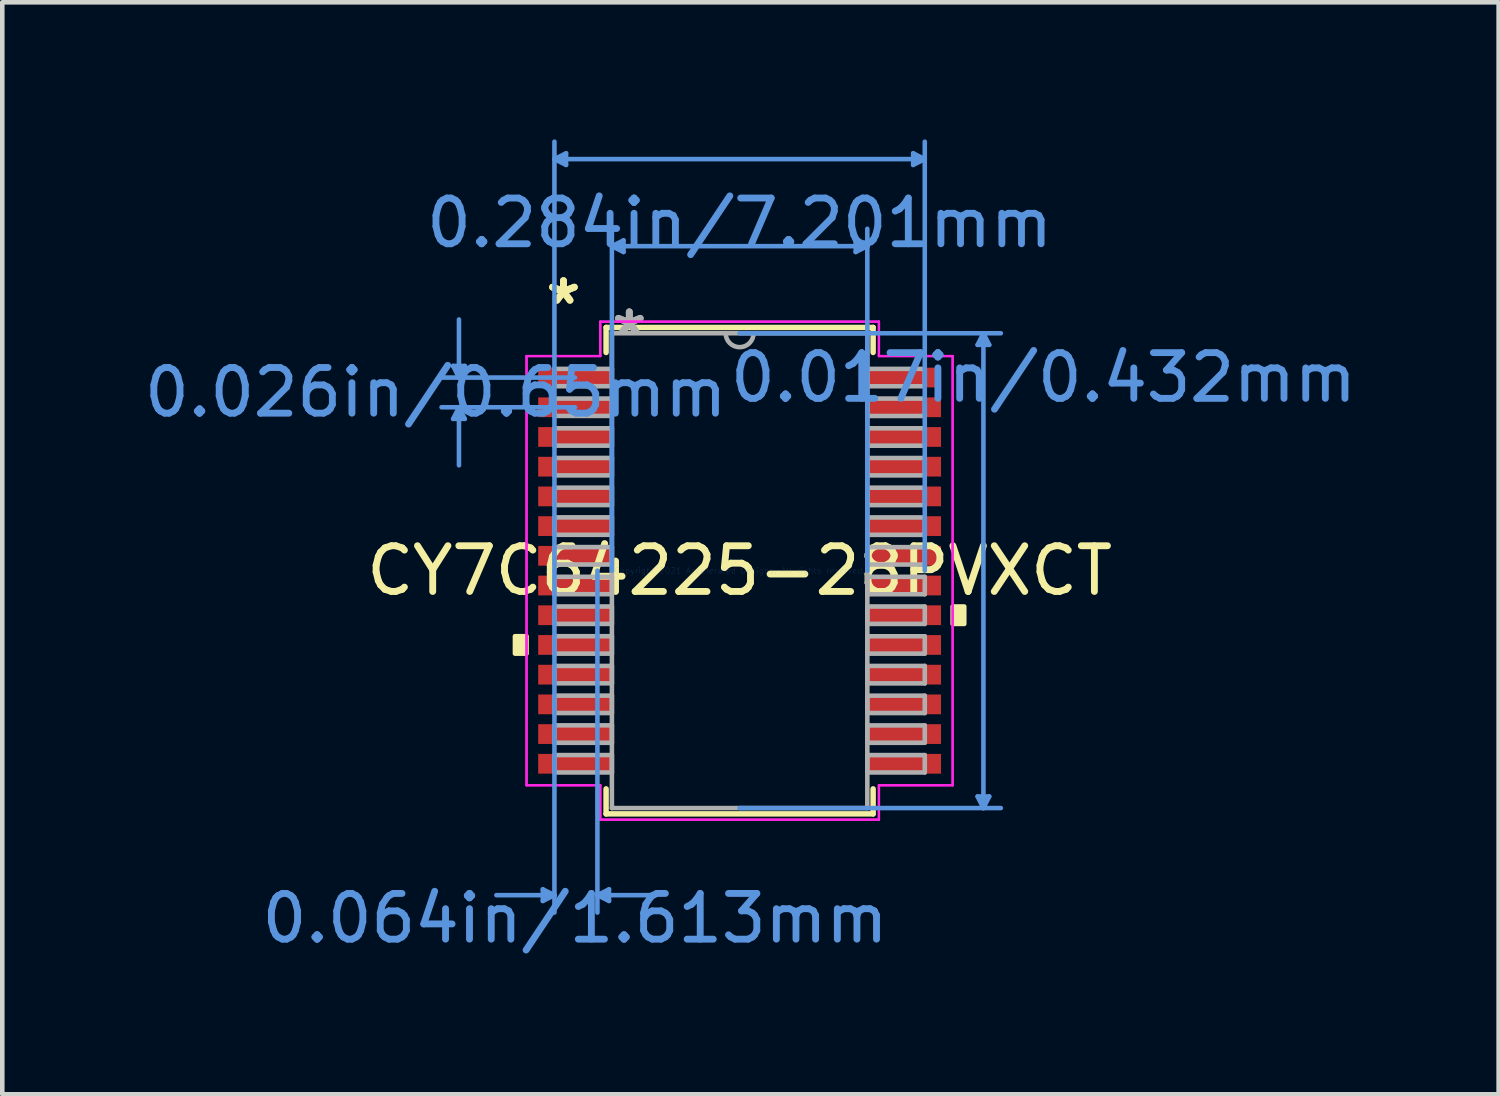
<source format=kicad_pcb>
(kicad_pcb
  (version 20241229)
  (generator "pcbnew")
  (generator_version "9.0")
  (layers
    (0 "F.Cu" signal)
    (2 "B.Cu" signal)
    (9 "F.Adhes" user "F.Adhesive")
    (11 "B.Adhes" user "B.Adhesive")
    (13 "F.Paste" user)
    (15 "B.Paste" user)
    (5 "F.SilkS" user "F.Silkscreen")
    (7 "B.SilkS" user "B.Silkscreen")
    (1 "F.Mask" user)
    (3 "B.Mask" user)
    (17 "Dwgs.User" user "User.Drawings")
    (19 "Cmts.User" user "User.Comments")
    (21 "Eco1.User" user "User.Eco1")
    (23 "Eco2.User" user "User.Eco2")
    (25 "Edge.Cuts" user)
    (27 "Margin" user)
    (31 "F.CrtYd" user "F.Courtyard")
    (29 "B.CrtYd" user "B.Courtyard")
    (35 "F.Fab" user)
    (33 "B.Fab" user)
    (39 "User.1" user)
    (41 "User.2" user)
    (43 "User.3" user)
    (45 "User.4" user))
  (footprint "CY7C64225-28PVXCT"
    (layer "F.Cu")
    (at 13.131 9.435)
    (property "Reference" "CY7C64225-28PVXCT" (at 0 0 0) (layer "F.SilkS") (effects (font (size 1 1) (thickness 0.15))))
    (attr through_hole)
    (fp_line (start -2.921 -5.321) (end -2.921 -4.774) (stroke (width 0.12) (type solid)) (layer "F.SilkS"))
    (fp_line (start -2.921 4.774) (end -2.921 5.321) (stroke (width 0.12) (type solid)) (layer "F.SilkS"))
    (fp_line (start -2.921 5.321) (end 2.921 5.321) (stroke (width 0.12) (type solid)) (layer "F.SilkS"))
    (fp_line (start 2.921 -5.321) (end -2.921 -5.321) (stroke (width 0.12) (type solid)) (layer "F.SilkS"))
    (fp_line (start 2.921 -4.774) (end 2.921 -5.321) (stroke (width 0.12) (type solid)) (layer "F.SilkS"))
    (fp_line (start 2.921 5.321) (end 2.921 4.774) (stroke (width 0.12) (type solid)) (layer "F.SilkS"))
    (fp_poly (pts (xy -4.915 1.434) (xy -4.915 1.815) (xy -4.661 1.815) (xy -4.661 1.434)) (stroke (width 0.1) (type solid)) (fill yes) (layer "F.SilkS"))
    (fp_poly (pts (xy 4.915 0.784) (xy 4.915 1.165) (xy 4.661 1.165) (xy 4.661 0.784)) (stroke (width 0.1) (type solid)) (fill yes) (layer "F.SilkS"))
    (fp_line (start -6.267 -4.479) (end -6.013 -4.479) (stroke (width 0.1) (type solid)) (layer "Cmts.User"))
    (fp_line (start -6.267 -3.321) (end -6.013 -3.321) (stroke (width 0.1) (type solid)) (layer "Cmts.User"))
    (fp_line (start -6.14 -4.225) (end -6.267 -4.479) (stroke (width 0.1) (type solid)) (layer "Cmts.User"))
    (fp_line (start -6.14 -4.225) (end -6.14 -5.495) (stroke (width 0.1) (type solid)) (layer "Cmts.User"))
    (fp_line (start -6.14 -4.225) (end -6.013 -4.479) (stroke (width 0.1) (type solid)) (layer "Cmts.User"))
    (fp_line (start -6.14 -3.575) (end -6.267 -3.321) (stroke (width 0.1) (type solid)) (layer "Cmts.User"))
    (fp_line (start -6.14 -3.575) (end -6.14 -2.305) (stroke (width 0.1) (type solid)) (layer "Cmts.User"))
    (fp_line (start -6.14 -3.575) (end -6.013 -3.321) (stroke (width 0.1) (type solid)) (layer "Cmts.User"))
    (fp_line (start -4.305 6.972) (end -4.305 7.226) (stroke (width 0.1) (type solid)) (layer "Cmts.User"))
    (fp_line (start -4.051 -9.004) (end -3.797 -9.131) (stroke (width 0.1) (type solid)) (layer "Cmts.User"))
    (fp_line (start -4.051 -9.004) (end -3.797 -8.877) (stroke (width 0.1) (type solid)) (layer "Cmts.User"))
    (fp_line (start -4.051 -9.004) (end 4.051 -9.004) (stroke (width 0.1) (type solid)) (layer "Cmts.User"))
    (fp_line (start -4.051 0) (end -4.051 -9.385) (stroke (width 0.1) (type solid)) (layer "Cmts.User"))
    (fp_line (start -4.051 0) (end -4.051 7.48) (stroke (width 0.1) (type solid)) (layer "Cmts.User"))
    (fp_line (start -4.051 7.099) (end -5.321 7.099) (stroke (width 0.1) (type solid)) (layer "Cmts.User"))
    (fp_line (start -4.051 7.099) (end -4.305 6.972) (stroke (width 0.1) (type solid)) (layer "Cmts.User"))
    (fp_line (start -4.051 7.099) (end -4.305 7.226) (stroke (width 0.1) (type solid)) (layer "Cmts.User"))
    (fp_line (start -3.797 -9.131) (end -3.797 -8.877) (stroke (width 0.1) (type solid)) (layer "Cmts.User"))
    (fp_line (start -3.6 -4.225) (end -6.521 -4.225) (stroke (width 0.1) (type solid)) (layer "Cmts.User"))
    (fp_line (start -3.6 -3.575) (end -6.521 -3.575) (stroke (width 0.1) (type solid)) (layer "Cmts.User"))
    (fp_line (start -3.111 0) (end -3.111 7.48) (stroke (width 0.1) (type solid)) (layer "Cmts.User"))
    (fp_line (start -3.111 7.099) (end -2.857 6.972) (stroke (width 0.1) (type solid)) (layer "Cmts.User"))
    (fp_line (start -3.111 7.099) (end -2.857 7.226) (stroke (width 0.1) (type solid)) (layer "Cmts.User"))
    (fp_line (start -3.111 7.099) (end -1.841 7.099) (stroke (width 0.1) (type solid)) (layer "Cmts.User"))
    (fp_line (start -2.857 6.972) (end -2.857 7.226) (stroke (width 0.1) (type solid)) (layer "Cmts.User"))
    (fp_line (start -2.794 -7.099) (end -2.54 -7.226) (stroke (width 0.1) (type solid)) (layer "Cmts.User"))
    (fp_line (start -2.794 -7.099) (end -2.54 -6.972) (stroke (width 0.1) (type solid)) (layer "Cmts.User"))
    (fp_line (start -2.794 -7.099) (end 2.794 -7.099) (stroke (width 0.1) (type solid)) (layer "Cmts.User"))
    (fp_line (start -2.794 0) (end -2.794 -7.48) (stroke (width 0.1) (type solid)) (layer "Cmts.User"))
    (fp_line (start -2.54 -7.226) (end -2.54 -6.972) (stroke (width 0.1) (type solid)) (layer "Cmts.User"))
    (fp_line (start 0 -5.194) (end 5.715 -5.194) (stroke (width 0.1) (type solid)) (layer "Cmts.User"))
    (fp_line (start 0 5.194) (end 5.715 5.194) (stroke (width 0.1) (type solid)) (layer "Cmts.User"))
    (fp_line (start 2.54 -7.226) (end 2.54 -6.972) (stroke (width 0.1) (type solid)) (layer "Cmts.User"))
    (fp_line (start 2.794 -7.099) (end 2.54 -7.226) (stroke (width 0.1) (type solid)) (layer "Cmts.User"))
    (fp_line (start 2.794 -7.099) (end 2.54 -6.972) (stroke (width 0.1) (type solid)) (layer "Cmts.User"))
    (fp_line (start 2.794 0) (end 2.794 -7.48) (stroke (width 0.1) (type solid)) (layer "Cmts.User"))
    (fp_line (start 3.797 -9.131) (end 3.797 -8.877) (stroke (width 0.1) (type solid)) (layer "Cmts.User"))
    (fp_line (start 4.051 -9.004) (end 3.797 -9.131) (stroke (width 0.1) (type solid)) (layer "Cmts.User"))
    (fp_line (start 4.051 -9.004) (end 3.797 -8.877) (stroke (width 0.1) (type solid)) (layer "Cmts.User"))
    (fp_line (start 4.051 0) (end 4.051 -9.385) (stroke (width 0.1) (type solid)) (layer "Cmts.User"))
    (fp_line (start 5.207 -4.94) (end 5.461 -4.94) (stroke (width 0.1) (type solid)) (layer "Cmts.User"))
    (fp_line (start 5.207 4.94) (end 5.461 4.94) (stroke (width 0.1) (type solid)) (layer "Cmts.User"))
    (fp_line (start 5.334 -5.194) (end 5.207 -4.94) (stroke (width 0.1) (type solid)) (layer "Cmts.User"))
    (fp_line (start 5.334 -5.194) (end 5.334 5.194) (stroke (width 0.1) (type solid)) (layer "Cmts.User"))
    (fp_line (start 5.334 -5.194) (end 5.461 -4.94) (stroke (width 0.1) (type solid)) (layer "Cmts.User"))
    (fp_line (start 5.334 5.194) (end 5.207 4.94) (stroke (width 0.1) (type solid)) (layer "Cmts.User"))
    (fp_line (start 5.334 5.194) (end 5.461 4.94) (stroke (width 0.1) (type solid)) (layer "Cmts.User"))
    (fp_line (start -4.661 -4.695) (end -3.048 -4.695) (stroke (width 0.05) (type solid)) (layer "F.CrtYd"))
    (fp_line (start -4.661 -4.695) (end -3.048 -4.695) (stroke (width 0.05) (type solid)) (layer "F.CrtYd"))
    (fp_line (start -4.661 4.695) (end -4.661 -4.695) (stroke (width 0.05) (type solid)) (layer "F.CrtYd"))
    (fp_line (start -4.661 4.695) (end -4.661 -4.695) (stroke (width 0.05) (type solid)) (layer "F.CrtYd"))
    (fp_line (start -4.661 4.695) (end -3.048 4.695) (stroke (width 0.05) (type solid)) (layer "F.CrtYd"))
    (fp_line (start -3.048 -5.448) (end 3.048 -5.448) (stroke (width 0.05) (type solid)) (layer "F.CrtYd"))
    (fp_line (start -3.048 -5.448) (end 3.048 -5.448) (stroke (width 0.05) (type solid)) (layer "F.CrtYd"))
    (fp_line (start -3.048 -4.695) (end -3.048 -5.448) (stroke (width 0.05) (type solid)) (layer "F.CrtYd"))
    (fp_line (start -3.048 -4.695) (end -3.048 -5.448) (stroke (width 0.05) (type solid)) (layer "F.CrtYd"))
    (fp_line (start -3.048 4.695) (end -4.661 4.695) (stroke (width 0.05) (type solid)) (layer "F.CrtYd"))
    (fp_line (start -3.048 5.448) (end -3.048 4.695) (stroke (width 0.05) (type solid)) (layer "F.CrtYd"))
    (fp_line (start -3.048 5.448) (end -3.048 4.695) (stroke (width 0.05) (type solid)) (layer "F.CrtYd"))
    (fp_line (start 3.048 -5.448) (end 3.048 -4.695) (stroke (width 0.05) (type solid)) (layer "F.CrtYd"))
    (fp_line (start 3.048 -5.448) (end 3.048 -4.695) (stroke (width 0.05) (type solid)) (layer "F.CrtYd"))
    (fp_line (start 3.048 -4.695) (end 4.661 -4.695) (stroke (width 0.05) (type solid)) (layer "F.CrtYd"))
    (fp_line (start 3.048 4.695) (end 3.048 5.448) (stroke (width 0.05) (type solid)) (layer "F.CrtYd"))
    (fp_line (start 3.048 4.695) (end 3.048 5.448) (stroke (width 0.05) (type solid)) (layer "F.CrtYd"))
    (fp_line (start 3.048 5.448) (end -3.048 5.448) (stroke (width 0.05) (type solid)) (layer "F.CrtYd"))
    (fp_line (start 3.048 5.448) (end -3.048 5.448) (stroke (width 0.05) (type solid)) (layer "F.CrtYd"))
    (fp_line (start 4.661 -4.695) (end 3.048 -4.695) (stroke (width 0.05) (type solid)) (layer "F.CrtYd"))
    (fp_line (start 4.661 -4.695) (end 4.661 4.695) (stroke (width 0.05) (type solid)) (layer "F.CrtYd"))
    (fp_line (start 4.661 -4.695) (end 4.661 4.695) (stroke (width 0.05) (type solid)) (layer "F.CrtYd"))
    (fp_line (start 4.661 4.695) (end 3.048 4.695) (stroke (width 0.05) (type solid)) (layer "F.CrtYd"))
    (fp_line (start 4.661 4.695) (end 3.048 4.695) (stroke (width 0.05) (type solid)) (layer "F.CrtYd"))
    (fp_line (start -4.051 -4.415) (end -4.051 -4.035) (stroke (width 0.1) (type solid)) (layer "F.Fab"))
    (fp_line (start -4.051 -4.035) (end -2.794 -4.035) (stroke (width 0.1) (type solid)) (layer "F.Fab"))
    (fp_line (start -4.051 -3.765) (end -4.051 -3.385) (stroke (width 0.1) (type solid)) (layer "F.Fab"))
    (fp_line (start -4.051 -3.385) (end -2.794 -3.385) (stroke (width 0.1) (type solid)) (layer "F.Fab"))
    (fp_line (start -4.051 -3.115) (end -4.051 -2.735) (stroke (width 0.1) (type solid)) (layer "F.Fab"))
    (fp_line (start -4.051 -2.735) (end -2.794 -2.735) (stroke (width 0.1) (type solid)) (layer "F.Fab"))
    (fp_line (start -4.051 -2.466) (end -4.051 -2.084) (stroke (width 0.1) (type solid)) (layer "F.Fab"))
    (fp_line (start -4.051 -2.084) (end -2.794 -2.084) (stroke (width 0.1) (type solid)) (layer "F.Fab"))
    (fp_line (start -4.051 -1.816) (end -4.051 -1.435) (stroke (width 0.1) (type solid)) (layer "F.Fab"))
    (fp_line (start -4.051 -1.435) (end -2.794 -1.435) (stroke (width 0.1) (type solid)) (layer "F.Fab"))
    (fp_line (start -4.051 -1.166) (end -4.051 -0.785) (stroke (width 0.1) (type solid)) (layer "F.Fab"))
    (fp_line (start -4.051 -0.785) (end -2.794 -0.785) (stroke (width 0.1) (type solid)) (layer "F.Fab"))
    (fp_line (start -4.051 -0.516) (end -4.051 -0.135) (stroke (width 0.1) (type solid)) (layer "F.Fab"))
    (fp_line (start -4.051 -0.135) (end -2.794 -0.135) (stroke (width 0.1) (type solid)) (layer "F.Fab"))
    (fp_line (start -4.051 0.134) (end -4.051 0.515) (stroke (width 0.1) (type solid)) (layer "F.Fab"))
    (fp_line (start -4.051 0.515) (end -2.794 0.515) (stroke (width 0.1) (type solid)) (layer "F.Fab"))
    (fp_line (start -4.051 0.784) (end -4.051 1.165) (stroke (width 0.1) (type solid)) (layer "F.Fab"))
    (fp_line (start -4.051 1.165) (end -2.794 1.165) (stroke (width 0.1) (type solid)) (layer "F.Fab"))
    (fp_line (start -4.051 1.434) (end -4.051 1.815) (stroke (width 0.1) (type solid)) (layer "F.Fab"))
    (fp_line (start -4.051 1.815) (end -2.794 1.815) (stroke (width 0.1) (type solid)) (layer "F.Fab"))
    (fp_line (start -4.051 2.084) (end -4.051 2.465) (stroke (width 0.1) (type solid)) (layer "F.Fab"))
    (fp_line (start -4.051 2.465) (end -2.794 2.465) (stroke (width 0.1) (type solid)) (layer "F.Fab"))
    (fp_line (start -4.051 2.734) (end -4.051 3.115) (stroke (width 0.1) (type solid)) (layer "F.Fab"))
    (fp_line (start -4.051 3.115) (end -2.794 3.115) (stroke (width 0.1) (type solid)) (layer "F.Fab"))
    (fp_line (start -4.051 3.384) (end -4.051 3.765) (stroke (width 0.1) (type solid)) (layer "F.Fab"))
    (fp_line (start -4.051 3.765) (end -2.794 3.765) (stroke (width 0.1) (type solid)) (layer "F.Fab"))
    (fp_line (start -4.051 4.034) (end -4.051 4.415) (stroke (width 0.1) (type solid)) (layer "F.Fab"))
    (fp_line (start -4.051 4.415) (end -2.794 4.415) (stroke (width 0.1) (type solid)) (layer "F.Fab"))
    (fp_line (start -2.794 -5.194) (end -2.794 5.194) (stroke (width 0.1) (type solid)) (layer "F.Fab"))
    (fp_line (start -2.794 -4.415) (end -4.051 -4.415) (stroke (width 0.1) (type solid)) (layer "F.Fab"))
    (fp_line (start -2.794 -4.035) (end -2.794 -4.415) (stroke (width 0.1) (type solid)) (layer "F.Fab"))
    (fp_line (start -2.794 -3.765) (end -4.051 -3.765) (stroke (width 0.1) (type solid)) (layer "F.Fab"))
    (fp_line (start -2.794 -3.385) (end -2.794 -3.765) (stroke (width 0.1) (type solid)) (layer "F.Fab"))
    (fp_line (start -2.794 -3.115) (end -4.051 -3.115) (stroke (width 0.1) (type solid)) (layer "F.Fab"))
    (fp_line (start -2.794 -2.735) (end -2.794 -3.115) (stroke (width 0.1) (type solid)) (layer "F.Fab"))
    (fp_line (start -2.794 -2.466) (end -4.051 -2.466) (stroke (width 0.1) (type solid)) (layer "F.Fab"))
    (fp_line (start -2.794 -2.084) (end -2.794 -2.466) (stroke (width 0.1) (type solid)) (layer "F.Fab"))
    (fp_line (start -2.794 -1.816) (end -4.051 -1.816) (stroke (width 0.1) (type solid)) (layer "F.Fab"))
    (fp_line (start -2.794 -1.435) (end -2.794 -1.816) (stroke (width 0.1) (type solid)) (layer "F.Fab"))
    (fp_line (start -2.794 -1.166) (end -4.051 -1.166) (stroke (width 0.1) (type solid)) (layer "F.Fab"))
    (fp_line (start -2.794 -0.785) (end -2.794 -1.166) (stroke (width 0.1) (type solid)) (layer "F.Fab"))
    (fp_line (start -2.794 -0.516) (end -4.051 -0.516) (stroke (width 0.1) (type solid)) (layer "F.Fab"))
    (fp_line (start -2.794 -0.135) (end -2.794 -0.516) (stroke (width 0.1) (type solid)) (layer "F.Fab"))
    (fp_line (start -2.794 0.134) (end -4.051 0.134) (stroke (width 0.1) (type solid)) (layer "F.Fab"))
    (fp_line (start -2.794 0.515) (end -2.794 0.134) (stroke (width 0.1) (type solid)) (layer "F.Fab"))
    (fp_line (start -2.794 0.784) (end -4.051 0.784) (stroke (width 0.1) (type solid)) (layer "F.Fab"))
    (fp_line (start -2.794 1.165) (end -2.794 0.784) (stroke (width 0.1) (type solid)) (layer "F.Fab"))
    (fp_line (start -2.794 1.434) (end -4.051 1.434) (stroke (width 0.1) (type solid)) (layer "F.Fab"))
    (fp_line (start -2.794 1.815) (end -2.794 1.434) (stroke (width 0.1) (type solid)) (layer "F.Fab"))
    (fp_line (start -2.794 2.084) (end -4.051 2.084) (stroke (width 0.1) (type solid)) (layer "F.Fab"))
    (fp_line (start -2.794 2.465) (end -2.794 2.084) (stroke (width 0.1) (type solid)) (layer "F.Fab"))
    (fp_line (start -2.794 2.734) (end -4.051 2.734) (stroke (width 0.1) (type solid)) (layer "F.Fab"))
    (fp_line (start -2.794 3.115) (end -2.794 2.734) (stroke (width 0.1) (type solid)) (layer "F.Fab"))
    (fp_line (start -2.794 3.384) (end -4.051 3.384) (stroke (width 0.1) (type solid)) (layer "F.Fab"))
    (fp_line (start -2.794 3.765) (end -2.794 3.384) (stroke (width 0.1) (type solid)) (layer "F.Fab"))
    (fp_line (start -2.794 4.034) (end -4.051 4.034) (stroke (width 0.1) (type solid)) (layer "F.Fab"))
    (fp_line (start -2.794 4.415) (end -2.794 4.034) (stroke (width 0.1) (type solid)) (layer "F.Fab"))
    (fp_line (start -2.794 5.194) (end 2.794 5.194) (stroke (width 0.1) (type solid)) (layer "F.Fab"))
    (fp_line (start 2.794 -5.194) (end -2.794 -5.194) (stroke (width 0.1) (type solid)) (layer "F.Fab"))
    (fp_line (start 2.794 -4.415) (end 2.794 -4.034) (stroke (width 0.1) (type solid)) (layer "F.Fab"))
    (fp_line (start 2.794 -4.034) (end 4.051 -4.034) (stroke (width 0.1) (type solid)) (layer "F.Fab"))
    (fp_line (start 2.794 -3.765) (end 2.794 -3.384) (stroke (width 0.1) (type solid)) (layer "F.Fab"))
    (fp_line (start 2.794 -3.384) (end 4.051 -3.384) (stroke (width 0.1) (type solid)) (layer "F.Fab"))
    (fp_line (start 2.794 -3.115) (end 2.794 -2.734) (stroke (width 0.1) (type solid)) (layer "F.Fab"))
    (fp_line (start 2.794 -2.734) (end 4.051 -2.734) (stroke (width 0.1) (type solid)) (layer "F.Fab"))
    (fp_line (start 2.794 -2.465) (end 2.794 -2.084) (stroke (width 0.1) (type solid)) (layer "F.Fab"))
    (fp_line (start 2.794 -2.084) (end 4.051 -2.084) (stroke (width 0.1) (type solid)) (layer "F.Fab"))
    (fp_line (start 2.794 -1.815) (end 2.794 -1.434) (stroke (width 0.1) (type solid)) (layer "F.Fab"))
    (fp_line (start 2.794 -1.434) (end 4.051 -1.434) (stroke (width 0.1) (type solid)) (layer "F.Fab"))
    (fp_line (start 2.794 -1.165) (end 2.794 -0.784) (stroke (width 0.1) (type solid)) (layer "F.Fab"))
    (fp_line (start 2.794 -0.784) (end 4.051 -0.784) (stroke (width 0.1) (type solid)) (layer "F.Fab"))
    (fp_line (start 2.794 -0.515) (end 2.794 -0.134) (stroke (width 0.1) (type solid)) (layer "F.Fab"))
    (fp_line (start 2.794 -0.134) (end 4.051 -0.134) (stroke (width 0.1) (type solid)) (layer "F.Fab"))
    (fp_line (start 2.794 0.135) (end 2.794 0.516) (stroke (width 0.1) (type solid)) (layer "F.Fab"))
    (fp_line (start 2.794 0.516) (end 4.051 0.516) (stroke (width 0.1) (type solid)) (layer "F.Fab"))
    (fp_line (start 2.794 0.784) (end 2.794 1.165) (stroke (width 0.1) (type solid)) (layer "F.Fab"))
    (fp_line (start 2.794 1.165) (end 4.051 1.165) (stroke (width 0.1) (type solid)) (layer "F.Fab"))
    (fp_line (start 2.794 1.435) (end 2.794 1.815) (stroke (width 0.1) (type solid)) (layer "F.Fab"))
    (fp_line (start 2.794 1.815) (end 4.051 1.815) (stroke (width 0.1) (type solid)) (layer "F.Fab"))
    (fp_line (start 2.794 2.084) (end 2.794 2.466) (stroke (width 0.1) (type solid)) (layer "F.Fab"))
    (fp_line (start 2.794 2.466) (end 4.051 2.466) (stroke (width 0.1) (type solid)) (layer "F.Fab"))
    (fp_line (start 2.794 2.735) (end 2.794 3.115) (stroke (width 0.1) (type solid)) (layer "F.Fab"))
    (fp_line (start 2.794 3.115) (end 4.051 3.115) (stroke (width 0.1) (type solid)) (layer "F.Fab"))
    (fp_line (start 2.794 3.385) (end 2.794 3.765) (stroke (width 0.1) (type solid)) (layer "F.Fab"))
    (fp_line (start 2.794 3.765) (end 4.051 3.765) (stroke (width 0.1) (type solid)) (layer "F.Fab"))
    (fp_line (start 2.794 4.035) (end 2.794 4.415) (stroke (width 0.1) (type solid)) (layer "F.Fab"))
    (fp_line (start 2.794 4.415) (end 4.051 4.415) (stroke (width 0.1) (type solid)) (layer "F.Fab"))
    (fp_line (start 2.794 5.194) (end 2.794 -5.194) (stroke (width 0.1) (type solid)) (layer "F.Fab"))
    (fp_line (start 4.051 -4.415) (end 2.794 -4.415) (stroke (width 0.1) (type solid)) (layer "F.Fab"))
    (fp_line (start 4.051 -4.034) (end 4.051 -4.415) (stroke (width 0.1) (type solid)) (layer "F.Fab"))
    (fp_line (start 4.051 -3.765) (end 2.794 -3.765) (stroke (width 0.1) (type solid)) (layer "F.Fab"))
    (fp_line (start 4.051 -3.384) (end 4.051 -3.765) (stroke (width 0.1) (type solid)) (layer "F.Fab"))
    (fp_line (start 4.051 -3.115) (end 2.794 -3.115) (stroke (width 0.1) (type solid)) (layer "F.Fab"))
    (fp_line (start 4.051 -2.734) (end 4.051 -3.115) (stroke (width 0.1) (type solid)) (layer "F.Fab"))
    (fp_line (start 4.051 -2.465) (end 2.794 -2.465) (stroke (width 0.1) (type solid)) (layer "F.Fab"))
    (fp_line (start 4.051 -2.084) (end 4.051 -2.465) (stroke (width 0.1) (type solid)) (layer "F.Fab"))
    (fp_line (start 4.051 -1.815) (end 2.794 -1.815) (stroke (width 0.1) (type solid)) (layer "F.Fab"))
    (fp_line (start 4.051 -1.434) (end 4.051 -1.815) (stroke (width 0.1) (type solid)) (layer "F.Fab"))
    (fp_line (start 4.051 -1.165) (end 2.794 -1.165) (stroke (width 0.1) (type solid)) (layer "F.Fab"))
    (fp_line (start 4.051 -0.784) (end 4.051 -1.165) (stroke (width 0.1) (type solid)) (layer "F.Fab"))
    (fp_line (start 4.051 -0.515) (end 2.794 -0.515) (stroke (width 0.1) (type solid)) (layer "F.Fab"))
    (fp_line (start 4.051 -0.134) (end 4.051 -0.515) (stroke (width 0.1) (type solid)) (layer "F.Fab"))
    (fp_line (start 4.051 0.135) (end 2.794 0.135) (stroke (width 0.1) (type solid)) (layer "F.Fab"))
    (fp_line (start 4.051 0.516) (end 4.051 0.135) (stroke (width 0.1) (type solid)) (layer "F.Fab"))
    (fp_line (start 4.051 0.784) (end 2.794 0.784) (stroke (width 0.1) (type solid)) (layer "F.Fab"))
    (fp_line (start 4.051 1.165) (end 4.051 0.784) (stroke (width 0.1) (type solid)) (layer "F.Fab"))
    (fp_line (start 4.051 1.435) (end 2.794 1.435) (stroke (width 0.1) (type solid)) (layer "F.Fab"))
    (fp_line (start 4.051 1.815) (end 4.051 1.435) (stroke (width 0.1) (type solid)) (layer "F.Fab"))
    (fp_line (start 4.051 2.084) (end 2.794 2.084) (stroke (width 0.1) (type solid)) (layer "F.Fab"))
    (fp_line (start 4.051 2.466) (end 4.051 2.084) (stroke (width 0.1) (type solid)) (layer "F.Fab"))
    (fp_line (start 4.051 2.735) (end 2.794 2.735) (stroke (width 0.1) (type solid)) (layer "F.Fab"))
    (fp_line (start 4.051 3.115) (end 4.051 2.735) (stroke (width 0.1) (type solid)) (layer "F.Fab"))
    (fp_line (start 4.051 3.385) (end 2.794 3.385) (stroke (width 0.1) (type solid)) (layer "F.Fab"))
    (fp_line (start 4.051 3.765) (end 4.051 3.385) (stroke (width 0.1) (type solid)) (layer "F.Fab"))
    (fp_line (start 4.051 4.035) (end 2.794 4.035) (stroke (width 0.1) (type solid)) (layer "F.Fab"))
    (fp_line (start 4.051 4.415) (end 4.051 4.035) (stroke (width 0.1) (type solid)) (layer "F.Fab"))
    (fp_arc (start 0.3048 -5.1943) (mid 0 -4.8895) (end -0.3048 -5.1943) (stroke (width 0.1) (type solid)) (layer "F.Fab"))
    (fp_text user "*" (at -3.854 -5.8 0) (layer "F.SilkS") (effects (font (size 1 1) (thickness 0.15))))
    (fp_text user "*" (at -3.854 -5.8 0) (layer "F.SilkS") (effects (font (size 1 1) (thickness 0.15))))
    (fp_text user "0.026in/0.65mm" (at -6.648 -3.9 0) (layer "Cmts.User") (effects (font (size 1 1) (thickness 0.15))))
    (fp_text user "Copyright 2021 Accelerated Designs. All rights reserved." (at 0 0 0) (layer "Cmts.User") (effects (font (size 0.127 0.127) (thickness 0.002))))
    (fp_text user "0.284in/7.201mm" (at 0 -7.607 0) (layer "Cmts.User") (effects (font (size 1 1) (thickness 0.15))))
    (fp_text user "0.017in/0.432mm" (at 6.648 -4.225 0) (layer "Cmts.User") (effects (font (size 1 1) (thickness 0.15))))
    (fp_text user "0.064in/1.613mm" (at -3.6 7.607 0) (layer "Cmts.User") (effects (font (size 1 1) (thickness 0.15))))
    (fp_text user "*" (at -2.413 -5.118 0) (layer "F.Fab") (effects (font (size 1 1) (thickness 0.15))))
    (fp_text user "*" (at -2.413 -5.118 0) (layer "F.Fab") (effects (font (size 1 1) (thickness 0.15))))
    (pad "1" smd rect (at -3.6 -4.225) (size 1.613 0.432) (layers "F.Cu" "F.Mask" "F.Paste"))
    (pad "2" smd rect (at -3.6 -3.575) (size 1.613 0.432) (layers "F.Cu" "F.Mask" "F.Paste"))
    (pad "3" smd rect (at -3.6 -2.925) (size 1.613 0.432) (layers "F.Cu" "F.Mask" "F.Paste"))
    (pad "4" smd rect (at -3.6 -2.275) (size 1.613 0.432) (layers "F.Cu" "F.Mask" "F.Paste"))
    (pad "5" smd rect (at -3.6 -1.625) (size 1.613 0.432) (layers "F.Cu" "F.Mask" "F.Paste"))
    (pad "6" smd rect (at -3.6 -0.975) (size 1.613 0.432) (layers "F.Cu" "F.Mask" "F.Paste"))
    (pad "7" smd rect (at -3.6 -0.325) (size 1.613 0.432) (layers "F.Cu" "F.Mask" "F.Paste"))
    (pad "8" smd rect (at -3.6 0.325) (size 1.613 0.432) (layers "F.Cu" "F.Mask" "F.Paste"))
    (pad "9" smd rect (at -3.6 0.975) (size 1.613 0.432) (layers "F.Cu" "F.Mask" "F.Paste"))
    (pad "10" smd rect (at -3.6 1.625) (size 1.613 0.432) (layers "F.Cu" "F.Mask" "F.Paste"))
    (pad "11" smd rect (at -3.6 2.275) (size 1.613 0.432) (layers "F.Cu" "F.Mask" "F.Paste"))
    (pad "12" smd rect (at -3.6 2.925) (size 1.613 0.432) (layers "F.Cu" "F.Mask" "F.Paste"))
    (pad "13" smd rect (at -3.6 3.575) (size 1.613 0.432) (layers "F.Cu" "F.Mask" "F.Paste"))
    (pad "14" smd rect (at -3.6 4.225) (size 1.613 0.432) (layers "F.Cu" "F.Mask" "F.Paste"))
    (pad "15" smd rect (at 3.6 4.225) (size 1.613 0.432) (layers "F.Cu" "F.Mask" "F.Paste"))
    (pad "16" smd rect (at 3.6 3.575) (size 1.613 0.432) (layers "F.Cu" "F.Mask" "F.Paste"))
    (pad "17" smd rect (at 3.6 2.925) (size 1.613 0.432) (layers "F.Cu" "F.Mask" "F.Paste"))
    (pad "18" smd rect (at 3.6 2.275) (size 1.613 0.432) (layers "F.Cu" "F.Mask" "F.Paste"))
    (pad "19" smd rect (at 3.6 1.625) (size 1.613 0.432) (layers "F.Cu" "F.Mask" "F.Paste"))
    (pad "20" smd rect (at 3.6 0.975) (size 1.613 0.432) (layers "F.Cu" "F.Mask" "F.Paste"))
    (pad "21" smd rect (at 3.6 0.325) (size 1.613 0.432) (layers "F.Cu" "F.Mask" "F.Paste"))
    (pad "22" smd rect (at 3.6 -0.325) (size 1.613 0.432) (layers "F.Cu" "F.Mask" "F.Paste"))
    (pad "23" smd rect (at 3.6 -0.975) (size 1.613 0.432) (layers "F.Cu" "F.Mask" "F.Paste"))
    (pad "24" smd rect (at 3.6 -1.625) (size 1.613 0.432) (layers "F.Cu" "F.Mask" "F.Paste"))
    (pad "25" smd rect (at 3.6 -2.275) (size 1.613 0.432) (layers "F.Cu" "F.Mask" "F.Paste"))
    (pad "26" smd rect (at 3.6 -2.925) (size 1.613 0.432) (layers "F.Cu" "F.Mask" "F.Paste"))
    (pad "27" smd rect (at 3.6 -3.575) (size 1.613 0.432) (layers "F.Cu" "F.Mask" "F.Paste"))
    (pad "28" smd rect (at 3.6 -4.225) (size 1.613 0.432) (layers "F.Cu" "F.Mask" "F.Paste")))
  (gr_rect
    (start -3 -3)
    (end 29.737 20.891)
    (stroke (width 0.1) (type default))
    (fill no)
    (layer "Edge.Cuts")))
</source>
